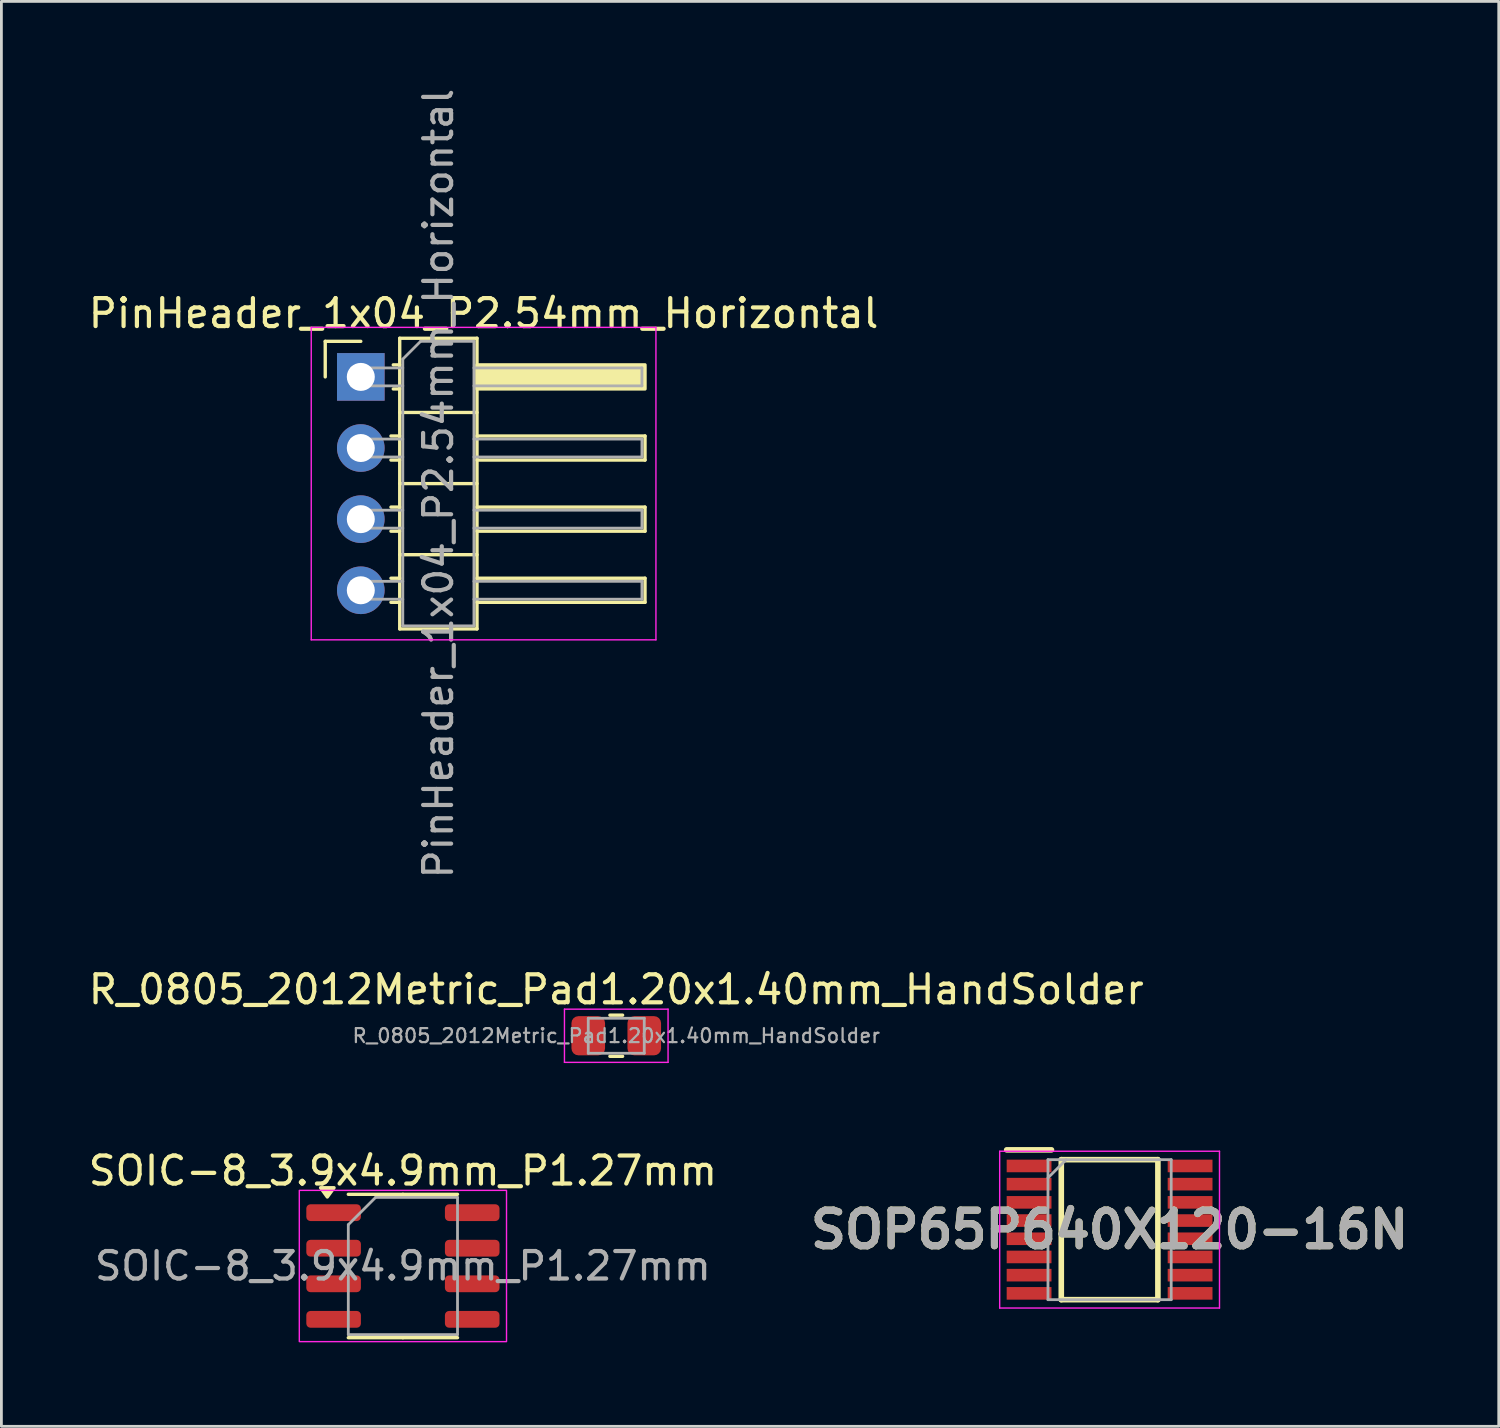
<source format=kicad_pcb>
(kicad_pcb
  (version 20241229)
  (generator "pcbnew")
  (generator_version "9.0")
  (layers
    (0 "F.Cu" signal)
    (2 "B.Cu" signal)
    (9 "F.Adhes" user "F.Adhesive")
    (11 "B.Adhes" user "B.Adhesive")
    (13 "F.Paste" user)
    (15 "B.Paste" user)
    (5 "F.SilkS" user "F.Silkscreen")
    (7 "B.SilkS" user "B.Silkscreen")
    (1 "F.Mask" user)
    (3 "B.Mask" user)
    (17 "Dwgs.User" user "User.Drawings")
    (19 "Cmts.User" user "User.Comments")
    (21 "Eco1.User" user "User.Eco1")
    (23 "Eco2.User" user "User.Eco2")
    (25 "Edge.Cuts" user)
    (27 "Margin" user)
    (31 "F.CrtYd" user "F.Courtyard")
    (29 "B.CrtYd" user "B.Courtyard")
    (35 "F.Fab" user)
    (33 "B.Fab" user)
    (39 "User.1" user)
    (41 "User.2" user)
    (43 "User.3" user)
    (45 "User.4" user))
  (footprint "SOP65P640X120-16N"
    (layer "F.Cu")
    (at 36.576 40.864)
    (property "Reference" "SOP65P640X120-16N" (at 0 0 0) (layer "F.SilkS") (effects (font (size 1.27 1.27) (thickness 0.254))))
    (attr smd)
    (fp_line (start -3.675 -2.85) (end -2.075 -2.85) (stroke (width 0.2) (type solid)) (layer "F.SilkS"))
    (fp_line (start -1.725 -2.5) (end 1.725 -2.5) (stroke (width 0.2) (type solid)) (layer "F.SilkS"))
    (fp_line (start -1.725 2.5) (end -1.725 -2.5) (stroke (width 0.2) (type solid)) (layer "F.SilkS"))
    (fp_line (start 1.725 -2.5) (end 1.725 2.5) (stroke (width 0.2) (type solid)) (layer "F.SilkS"))
    (fp_line (start 1.725 2.5) (end -1.725 2.5) (stroke (width 0.2) (type solid)) (layer "F.SilkS"))
    (fp_line (start -3.925 -2.8) (end 3.925 -2.8) (stroke (width 0.05) (type solid)) (layer "F.CrtYd"))
    (fp_line (start -3.925 2.8) (end -3.925 -2.8) (stroke (width 0.05) (type solid)) (layer "F.CrtYd"))
    (fp_line (start 3.925 -2.8) (end 3.925 2.8) (stroke (width 0.05) (type solid)) (layer "F.CrtYd"))
    (fp_line (start 3.925 2.8) (end -3.925 2.8) (stroke (width 0.05) (type solid)) (layer "F.CrtYd"))
    (fp_line (start -2.2 -2.5) (end 2.2 -2.5) (stroke (width 0.1) (type solid)) (layer "F.Fab"))
    (fp_line (start -2.2 -1.85) (end -1.55 -2.5) (stroke (width 0.1) (type solid)) (layer "F.Fab"))
    (fp_line (start -2.2 2.5) (end -2.2 -2.5) (stroke (width 0.1) (type solid)) (layer "F.Fab"))
    (fp_line (start 2.2 -2.5) (end 2.2 2.5) (stroke (width 0.1) (type solid)) (layer "F.Fab"))
    (fp_line (start 2.2 2.5) (end -2.2 2.5) (stroke (width 0.1) (type solid)) (layer "F.Fab"))
    (fp_text user "${REFERENCE}" (at 0 0 0) (layer "F.Fab") (effects (font (size 1.27 1.27) (thickness 0.254))))
    (pad "1" smd rect (at -2.875 -2.275 90) (size 0.45 1.6) (layers "F.Cu" "F.Mask" "F.Paste"))
    (pad "2" smd rect (at -2.875 -1.625 90) (size 0.45 1.6) (layers "F.Cu" "F.Mask" "F.Paste"))
    (pad "3" smd rect (at -2.875 -0.975 90) (size 0.45 1.6) (layers "F.Cu" "F.Mask" "F.Paste"))
    (pad "4" smd rect (at -2.875 -0.325 90) (size 0.45 1.6) (layers "F.Cu" "F.Mask" "F.Paste"))
    (pad "5" smd rect (at -2.875 0.325 90) (size 0.45 1.6) (layers "F.Cu" "F.Mask" "F.Paste"))
    (pad "6" smd rect (at -2.875 0.975 90) (size 0.45 1.6) (layers "F.Cu" "F.Mask" "F.Paste"))
    (pad "7" smd rect (at -2.875 1.625 90) (size 0.45 1.6) (layers "F.Cu" "F.Mask" "F.Paste"))
    (pad "8" smd rect (at -2.875 2.275 90) (size 0.45 1.6) (layers "F.Cu" "F.Mask" "F.Paste"))
    (pad "9" smd rect (at 2.875 2.275 90) (size 0.45 1.6) (layers "F.Cu" "F.Mask" "F.Paste"))
    (pad "10" smd rect (at 2.875 1.625 90) (size 0.45 1.6) (layers "F.Cu" "F.Mask" "F.Paste"))
    (pad "11" smd rect (at 2.875 0.975 90) (size 0.45 1.6) (layers "F.Cu" "F.Mask" "F.Paste"))
    (pad "12" smd rect (at 2.875 0.325 90) (size 0.45 1.6) (layers "F.Cu" "F.Mask" "F.Paste"))
    (pad "13" smd rect (at 2.875 -0.325 90) (size 0.45 1.6) (layers "F.Cu" "F.Mask" "F.Paste"))
    (pad "14" smd rect (at 2.875 -0.975 90) (size 0.45 1.6) (layers "F.Cu" "F.Mask" "F.Paste"))
    (pad "15" smd rect (at 2.875 -1.625 90) (size 0.45 1.6) (layers "F.Cu" "F.Mask" "F.Paste"))
    (pad "16" smd rect (at 2.875 -2.275 90) (size 0.45 1.6) (layers "F.Cu" "F.Mask" "F.Paste")))
  (footprint "PinHeader_1x04_P2.54mm_Horizontal"
    (layer "F.Cu")
    (at 9.835 10.41)
    (property "Reference" "PinHeader_1x04_P2.54mm_Horizontal" (at 4.385 -2.27 0) (layer "F.SilkS") (effects (font (size 1 1) (thickness 0.15))))
    (attr through_hole)
    (fp_line (start -1.27 -1.27) (end 0 -1.27) (stroke (width 0.12) (type solid)) (layer "F.SilkS"))
    (fp_line (start -1.27 0) (end -1.27 -1.27) (stroke (width 0.12) (type solid)) (layer "F.SilkS"))
    (fp_line (start 1.077 2.11) (end 1.39 2.11) (stroke (width 0.12) (type solid)) (layer "F.SilkS"))
    (fp_line (start 1.077 2.97) (end 1.39 2.97) (stroke (width 0.12) (type solid)) (layer "F.SilkS"))
    (fp_line (start 1.077 4.65) (end 1.39 4.65) (stroke (width 0.12) (type solid)) (layer "F.SilkS"))
    (fp_line (start 1.077 5.51) (end 1.39 5.51) (stroke (width 0.12) (type solid)) (layer "F.SilkS"))
    (fp_line (start 1.077 7.19) (end 1.39 7.19) (stroke (width 0.12) (type solid)) (layer "F.SilkS"))
    (fp_line (start 1.077 8.05) (end 1.39 8.05) (stroke (width 0.12) (type solid)) (layer "F.SilkS"))
    (fp_line (start 1.16 -0.43) (end 1.39 -0.43) (stroke (width 0.12) (type solid)) (layer "F.SilkS"))
    (fp_line (start 1.16 0.43) (end 1.39 0.43) (stroke (width 0.12) (type solid)) (layer "F.SilkS"))
    (fp_line (start 1.39 -1.38) (end 1.39 9) (stroke (width 0.12) (type solid)) (layer "F.SilkS"))
    (fp_line (start 1.39 1.27) (end 4.15 1.27) (stroke (width 0.12) (type solid)) (layer "F.SilkS"))
    (fp_line (start 1.39 3.81) (end 4.15 3.81) (stroke (width 0.12) (type solid)) (layer "F.SilkS"))
    (fp_line (start 1.39 6.35) (end 4.15 6.35) (stroke (width 0.12) (type solid)) (layer "F.SilkS"))
    (fp_line (start 1.39 9) (end 4.15 9) (stroke (width 0.12) (type solid)) (layer "F.SilkS"))
    (fp_line (start 4.15 -1.38) (end 1.39 -1.38) (stroke (width 0.12) (type solid)) (layer "F.SilkS"))
    (fp_line (start 4.15 2.11) (end 10.15 2.11) (stroke (width 0.12) (type solid)) (layer "F.SilkS"))
    (fp_line (start 4.15 4.65) (end 10.15 4.65) (stroke (width 0.12) (type solid)) (layer "F.SilkS"))
    (fp_line (start 4.15 7.19) (end 10.15 7.19) (stroke (width 0.12) (type solid)) (layer "F.SilkS"))
    (fp_line (start 4.15 9) (end 4.15 -1.38) (stroke (width 0.12) (type solid)) (layer "F.SilkS"))
    (fp_line (start 10.15 2.11) (end 10.15 2.97) (stroke (width 0.12) (type solid)) (layer "F.SilkS"))
    (fp_line (start 10.15 2.97) (end 4.15 2.97) (stroke (width 0.12) (type solid)) (layer "F.SilkS"))
    (fp_line (start 10.15 4.65) (end 10.15 5.51) (stroke (width 0.12) (type solid)) (layer "F.SilkS"))
    (fp_line (start 10.15 5.51) (end 4.15 5.51) (stroke (width 0.12) (type solid)) (layer "F.SilkS"))
    (fp_line (start 10.15 7.19) (end 10.15 8.05) (stroke (width 0.12) (type solid)) (layer "F.SilkS"))
    (fp_line (start 10.15 8.05) (end 4.15 8.05) (stroke (width 0.12) (type solid)) (layer "F.SilkS"))
    (fp_rect (start 4.15 -0.43) (end 10.15 0.43) (stroke (width 0.12) (type solid)) (fill yes) (layer "F.SilkS"))
    (fp_line (start -1.77 -1.77) (end -1.77 9.39) (stroke (width 0.05) (type solid)) (layer "F.CrtYd"))
    (fp_line (start -1.77 9.39) (end 10.54 9.39) (stroke (width 0.05) (type solid)) (layer "F.CrtYd"))
    (fp_line (start 10.54 -1.77) (end -1.77 -1.77) (stroke (width 0.05) (type solid)) (layer "F.CrtYd"))
    (fp_line (start 10.54 9.39) (end 10.54 -1.77) (stroke (width 0.05) (type solid)) (layer "F.CrtYd"))
    (fp_line (start -0.32 -0.32) (end -0.32 0.32) (stroke (width 0.1) (type solid)) (layer "F.Fab"))
    (fp_line (start -0.32 -0.32) (end 1.5 -0.32) (stroke (width 0.1) (type solid)) (layer "F.Fab"))
    (fp_line (start -0.32 0.32) (end 1.5 0.32) (stroke (width 0.1) (type solid)) (layer "F.Fab"))
    (fp_line (start -0.32 2.22) (end -0.32 2.86) (stroke (width 0.1) (type solid)) (layer "F.Fab"))
    (fp_line (start -0.32 2.22) (end 1.5 2.22) (stroke (width 0.1) (type solid)) (layer "F.Fab"))
    (fp_line (start -0.32 2.86) (end 1.5 2.86) (stroke (width 0.1) (type solid)) (layer "F.Fab"))
    (fp_line (start -0.32 4.76) (end -0.32 5.4) (stroke (width 0.1) (type solid)) (layer "F.Fab"))
    (fp_line (start -0.32 4.76) (end 1.5 4.76) (stroke (width 0.1) (type solid)) (layer "F.Fab"))
    (fp_line (start -0.32 5.4) (end 1.5 5.4) (stroke (width 0.1) (type solid)) (layer "F.Fab"))
    (fp_line (start -0.32 7.3) (end -0.32 7.94) (stroke (width 0.1) (type solid)) (layer "F.Fab"))
    (fp_line (start -0.32 7.3) (end 1.5 7.3) (stroke (width 0.1) (type solid)) (layer "F.Fab"))
    (fp_line (start -0.32 7.94) (end 1.5 7.94) (stroke (width 0.1) (type solid)) (layer "F.Fab"))
    (fp_line (start 1.5 -0.635) (end 2.135 -1.27) (stroke (width 0.1) (type solid)) (layer "F.Fab"))
    (fp_line (start 1.5 8.89) (end 1.5 -0.635) (stroke (width 0.1) (type solid)) (layer "F.Fab"))
    (fp_line (start 2.135 -1.27) (end 4.04 -1.27) (stroke (width 0.1) (type solid)) (layer "F.Fab"))
    (fp_line (start 4.04 -1.27) (end 4.04 8.89) (stroke (width 0.1) (type solid)) (layer "F.Fab"))
    (fp_line (start 4.04 -0.32) (end 10.04 -0.32) (stroke (width 0.1) (type solid)) (layer "F.Fab"))
    (fp_line (start 4.04 0.32) (end 10.04 0.32) (stroke (width 0.1) (type solid)) (layer "F.Fab"))
    (fp_line (start 4.04 2.22) (end 10.04 2.22) (stroke (width 0.1) (type solid)) (layer "F.Fab"))
    (fp_line (start 4.04 2.86) (end 10.04 2.86) (stroke (width 0.1) (type solid)) (layer "F.Fab"))
    (fp_line (start 4.04 4.76) (end 10.04 4.76) (stroke (width 0.1) (type solid)) (layer "F.Fab"))
    (fp_line (start 4.04 5.4) (end 10.04 5.4) (stroke (width 0.1) (type solid)) (layer "F.Fab"))
    (fp_line (start 4.04 7.3) (end 10.04 7.3) (stroke (width 0.1) (type solid)) (layer "F.Fab"))
    (fp_line (start 4.04 7.94) (end 10.04 7.94) (stroke (width 0.1) (type solid)) (layer "F.Fab"))
    (fp_line (start 4.04 8.89) (end 1.5 8.89) (stroke (width 0.1) (type solid)) (layer "F.Fab"))
    (fp_line (start 10.04 -0.32) (end 10.04 0.32) (stroke (width 0.1) (type solid)) (layer "F.Fab"))
    (fp_line (start 10.04 2.22) (end 10.04 2.86) (stroke (width 0.1) (type solid)) (layer "F.Fab"))
    (fp_line (start 10.04 4.76) (end 10.04 5.4) (stroke (width 0.1) (type solid)) (layer "F.Fab"))
    (fp_line (start 10.04 7.3) (end 10.04 7.94) (stroke (width 0.1) (type solid)) (layer "F.Fab"))
    (fp_text user "${REFERENCE}" (at 2.77 3.81 270) (layer "F.Fab") (effects (font (size 1 1) (thickness 0.15))))
    (pad "1" thru_hole rect (at 0 0) (size 1.7 1.7) (drill 1) (layers "*.Cu" "*.Mask"))
    (pad "2" thru_hole circle (at 0 2.54) (size 1.7 1.7) (drill 1) (layers "*.Cu" "*.Mask"))
    (pad "3" thru_hole circle (at 0 5.08) (size 1.7 1.7) (drill 1) (layers "*.Cu" "*.Mask"))
    (pad "4" thru_hole circle (at 0 7.62) (size 1.7 1.7) (drill 1) (layers "*.Cu" "*.Mask")))
  (footprint "R_0805_2012Metric_Pad1.20x1.40mm_HandSolder"
    (layer "F.Cu")
    (at 18.958 33.939)
    (property "Reference" "R_0805_2012Metric_Pad1.20x1.40mm_HandSolder" (at 0 -1.65 180) (layer "F.SilkS") (effects (font (size 1 1) (thickness 0.15))))
    (attr smd)
    (fp_line (start -0.227 -0.735) (end 0.227 -0.735) (stroke (width 0.12) (type solid)) (layer "F.SilkS"))
    (fp_line (start -0.227 0.735) (end 0.227 0.735) (stroke (width 0.12) (type solid)) (layer "F.SilkS"))
    (fp_line (start -1.85 -0.95) (end 1.85 -0.95) (stroke (width 0.05) (type solid)) (layer "F.CrtYd"))
    (fp_line (start -1.85 0.95) (end -1.85 -0.95) (stroke (width 0.05) (type solid)) (layer "F.CrtYd"))
    (fp_line (start 1.85 -0.95) (end 1.85 0.95) (stroke (width 0.05) (type solid)) (layer "F.CrtYd"))
    (fp_line (start 1.85 0.95) (end -1.85 0.95) (stroke (width 0.05) (type solid)) (layer "F.CrtYd"))
    (fp_line (start -1 -0.625) (end 1 -0.625) (stroke (width 0.1) (type solid)) (layer "F.Fab"))
    (fp_line (start -1 0.625) (end -1 -0.625) (stroke (width 0.1) (type solid)) (layer "F.Fab"))
    (fp_line (start 1 -0.625) (end 1 0.625) (stroke (width 0.1) (type solid)) (layer "F.Fab"))
    (fp_line (start 1 0.625) (end -1 0.625) (stroke (width 0.1) (type solid)) (layer "F.Fab"))
    (fp_text user "${REFERENCE}" (at 0 0 180) (layer "F.Fab") (effects (font (size 0.5 0.5) (thickness 0.08))))
    (pad "1" smd roundrect (at -1 0) (size 1.2 1.4) (layers "F.Cu" "F.Mask" "F.Paste") (roundrect_rratio 0.208))
    (pad "2" smd roundrect (at 1 0) (size 1.2 1.4) (layers "F.Cu" "F.Mask" "F.Paste") (roundrect_rratio 0.208)))
  (footprint "SOIC-8_3.9x4.9mm_P1.27mm"
    (layer "F.Cu")
    (at 11.339 42.162)
    (property "Reference" "SOIC-8_3.9x4.9mm_P1.27mm" (at 0 -3.4 0) (layer "F.SilkS") (effects (font (size 1 1) (thickness 0.15))))
    (attr smd)
    (fp_line (start 0 -2.56) (end -1.95 -2.56) (stroke (width 0.12) (type solid)) (layer "F.SilkS"))
    (fp_line (start 0 -2.56) (end 1.95 -2.56) (stroke (width 0.12) (type solid)) (layer "F.SilkS"))
    (fp_line (start 0 2.56) (end -1.95 2.56) (stroke (width 0.12) (type solid)) (layer "F.SilkS"))
    (fp_line (start 0 2.56) (end 1.95 2.56) (stroke (width 0.12) (type solid)) (layer "F.SilkS"))
    (fp_poly (pts (xy -2.7 -2.465) (xy -2.94 -2.795) (xy -2.46 -2.795)) (stroke (width 0.12) (type solid)) (fill yes) (layer "F.SilkS"))
    (fp_rect (start -3.7 -2.7) (end 3.7 2.7) (stroke (width 0.05) (type solid)) (fill no) (layer "F.CrtYd"))
    (fp_line (start -1.95 -1.475) (end -0.975 -2.45) (stroke (width 0.1) (type solid)) (layer "F.Fab"))
    (fp_line (start -1.95 2.45) (end -1.95 -1.475) (stroke (width 0.1) (type solid)) (layer "F.Fab"))
    (fp_line (start -0.975 -2.45) (end 1.95 -2.45) (stroke (width 0.1) (type solid)) (layer "F.Fab"))
    (fp_line (start 1.95 -2.45) (end 1.95 2.45) (stroke (width 0.1) (type solid)) (layer "F.Fab"))
    (fp_line (start 1.95 2.45) (end -1.95 2.45) (stroke (width 0.1) (type solid)) (layer "F.Fab"))
    (fp_text user "${REFERENCE}" (at 0 0 0) (layer "F.Fab") (effects (font (size 0.98 0.98) (thickness 0.15))))
    (pad "1" smd roundrect (at -2.475 -1.905) (size 1.95 0.6) (layers "F.Cu" "F.Mask" "F.Paste") (roundrect_rratio 0.25))
    (pad "2" smd roundrect (at -2.475 -0.635) (size 1.95 0.6) (layers "F.Cu" "F.Mask" "F.Paste") (roundrect_rratio 0.25))
    (pad "3" smd roundrect (at -2.475 0.635) (size 1.95 0.6) (layers "F.Cu" "F.Mask" "F.Paste") (roundrect_rratio 0.25))
    (pad "4" smd roundrect (at -2.475 1.905) (size 1.95 0.6) (layers "F.Cu" "F.Mask" "F.Paste") (roundrect_rratio 0.25))
    (pad "5" smd roundrect (at 2.475 1.905) (size 1.95 0.6) (layers "F.Cu" "F.Mask" "F.Paste") (roundrect_rratio 0.25))
    (pad "6" smd roundrect (at 2.475 0.635) (size 1.95 0.6) (layers "F.Cu" "F.Mask" "F.Paste") (roundrect_rratio 0.25))
    (pad "7" smd roundrect (at 2.475 -0.635) (size 1.95 0.6) (layers "F.Cu" "F.Mask" "F.Paste") (roundrect_rratio 0.25))
    (pad "8" smd roundrect (at 2.475 -1.905) (size 1.95 0.6) (layers "F.Cu" "F.Mask" "F.Paste") (roundrect_rratio 0.25)))
  (gr_rect
    (start -3 -3)
    (end 50.474 47.887)
    (stroke (width 0.1) (type default))
    (fill no)
    (layer "Edge.Cuts")))
</source>
